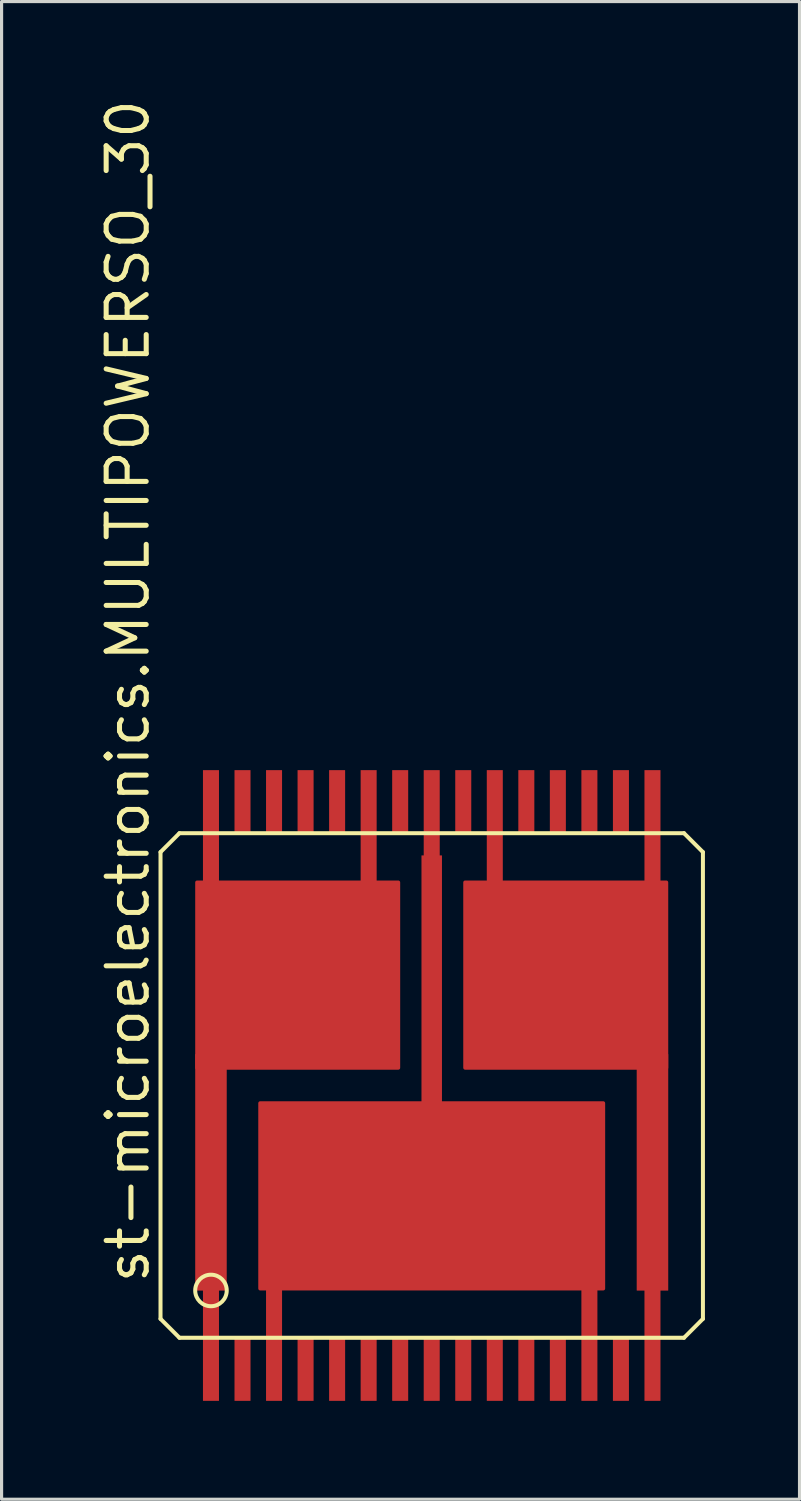
<source format=kicad_pcb>
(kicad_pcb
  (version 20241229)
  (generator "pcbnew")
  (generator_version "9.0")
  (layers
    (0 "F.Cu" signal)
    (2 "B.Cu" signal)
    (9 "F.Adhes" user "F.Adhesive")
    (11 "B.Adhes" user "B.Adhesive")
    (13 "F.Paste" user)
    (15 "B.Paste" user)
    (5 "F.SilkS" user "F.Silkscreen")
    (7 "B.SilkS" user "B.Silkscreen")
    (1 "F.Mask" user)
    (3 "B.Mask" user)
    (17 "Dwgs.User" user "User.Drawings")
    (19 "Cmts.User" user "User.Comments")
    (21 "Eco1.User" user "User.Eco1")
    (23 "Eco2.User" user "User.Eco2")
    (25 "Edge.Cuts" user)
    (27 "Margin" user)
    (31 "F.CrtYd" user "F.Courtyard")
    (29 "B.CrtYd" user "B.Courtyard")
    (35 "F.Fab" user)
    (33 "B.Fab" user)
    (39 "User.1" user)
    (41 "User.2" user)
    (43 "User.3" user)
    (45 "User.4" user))
  (footprint "st-microelectronics.MULTIPOWERSO_30"
    (layer "F.Cu")
    (at 10.64 31.371)
    (property "Reference" "st-microelectronics.MULTIPOWERSO_30" (at -8.89 6.35 90) (layer "F.SilkS") (effects (font (size 1.27 1.27) (thickness 0.16)) (justify left bottom)))
    (attr smd)
    (fp_rect (start -7.35 -7.895) (end -6.65 -10.095) (stroke (width 0.05) (type default)) (fill yes) (layer "F.Mask"))
    (fp_rect (start -7.35 10.095) (end -6.65 7.895) (stroke (width 0.05) (type default)) (fill yes) (layer "F.Mask"))
    (fp_rect (start -5.35 10.095) (end -4.65 7.895) (stroke (width 0.05) (type default)) (fill yes) (layer "F.Mask"))
    (fp_rect (start -2.35 -7.895) (end -1.65 -10.095) (stroke (width 0.05) (type default)) (fill yes) (layer "F.Mask"))
    (fp_rect (start -0.35 -7.895) (end 0.35 -10.095) (stroke (width 0.05) (type default)) (fill yes) (layer "F.Mask"))
    (fp_rect (start 1.65 -7.895) (end 2.35 -10.095) (stroke (width 0.05) (type default)) (fill yes) (layer "F.Mask"))
    (fp_rect (start 4.65 10.095) (end 5.35 7.895) (stroke (width 0.05) (type default)) (fill yes) (layer "F.Mask"))
    (fp_rect (start 6.65 -7.895) (end 7.35 -10.095) (stroke (width 0.05) (type default)) (fill yes) (layer "F.Mask"))
    (fp_rect (start 6.65 10.095) (end 7.35 7.895) (stroke (width 0.05) (type default)) (fill yes) (layer "F.Mask"))
    (fp_circle (center -6 -5.5) (end -5.6 -5.5) (stroke (width 0.1) (type default)) (fill no) (layer "F.Mask"))
    (fp_circle (center -6 -3.5) (end -5.6 -3.5) (stroke (width 0.1) (type default)) (fill no) (layer "F.Mask"))
    (fp_circle (center -6 -1.5) (end -5.6 -1.5) (stroke (width 0.1) (type default)) (fill no) (layer "F.Mask"))
    (fp_circle (center -4 -5.5) (end -3.6 -5.5) (stroke (width 0.1) (type default)) (fill no) (layer "F.Mask"))
    (fp_circle (center -4 -3.5) (end -3.6 -3.5) (stroke (width 0.1) (type default)) (fill no) (layer "F.Mask"))
    (fp_circle (center -4 -1.5) (end -3.6 -1.5) (stroke (width 0.1) (type default)) (fill no) (layer "F.Mask"))
    (fp_circle (center -4 1.5) (end -3.6 1.5) (stroke (width 0.1) (type default)) (fill no) (layer "F.Mask"))
    (fp_circle (center -4 3.5) (end -3.6 3.5) (stroke (width 0.1) (type default)) (fill no) (layer "F.Mask"))
    (fp_circle (center -4 5.5) (end -3.6 5.5) (stroke (width 0.1) (type default)) (fill no) (layer "F.Mask"))
    (fp_circle (center -2 -5.5) (end -1.6 -5.5) (stroke (width 0.1) (type default)) (fill no) (layer "F.Mask"))
    (fp_circle (center -2 -3.5) (end -1.6 -3.5) (stroke (width 0.1) (type default)) (fill no) (layer "F.Mask"))
    (fp_circle (center -2 -1.5) (end -1.6 -1.5) (stroke (width 0.1) (type default)) (fill no) (layer "F.Mask"))
    (fp_circle (center -2 1.5) (end -1.6 1.5) (stroke (width 0.1) (type default)) (fill no) (layer "F.Mask"))
    (fp_circle (center -2 3.5) (end -1.6 3.5) (stroke (width 0.1) (type default)) (fill no) (layer "F.Mask"))
    (fp_circle (center -2 5.5) (end -1.6 5.5) (stroke (width 0.1) (type default)) (fill no) (layer "F.Mask"))
    (fp_circle (center 0 1.5) (end 0.4 1.5) (stroke (width 0.1) (type default)) (fill no) (layer "F.Mask"))
    (fp_circle (center 0 3.5) (end 0.4 3.5) (stroke (width 0.1) (type default)) (fill no) (layer "F.Mask"))
    (fp_circle (center 0 5.5) (end 0.4 5.5) (stroke (width 0.1) (type default)) (fill no) (layer "F.Mask"))
    (fp_circle (center 2 -5.5) (end 2.4 -5.5) (stroke (width 0.1) (type default)) (fill no) (layer "F.Mask"))
    (fp_circle (center 2 -3.5) (end 2.4 -3.5) (stroke (width 0.1) (type default)) (fill no) (layer "F.Mask"))
    (fp_circle (center 2 -1.5) (end 2.4 -1.5) (stroke (width 0.1) (type default)) (fill no) (layer "F.Mask"))
    (fp_circle (center 2 1.5) (end 2.4 1.5) (stroke (width 0.1) (type default)) (fill no) (layer "F.Mask"))
    (fp_circle (center 2 3.5) (end 2.4 3.5) (stroke (width 0.1) (type default)) (fill no) (layer "F.Mask"))
    (fp_circle (center 2 5.5) (end 2.4 5.5) (stroke (width 0.1) (type default)) (fill no) (layer "F.Mask"))
    (fp_circle (center 4 -5.5) (end 4.4 -5.5) (stroke (width 0.1) (type default)) (fill no) (layer "F.Mask"))
    (fp_circle (center 4 -3.5) (end 4.4 -3.5) (stroke (width 0.1) (type default)) (fill no) (layer "F.Mask"))
    (fp_circle (center 4 -1.5) (end 4.4 -1.5) (stroke (width 0.1) (type default)) (fill no) (layer "F.Mask"))
    (fp_circle (center 4 1.5) (end 4.4 1.5) (stroke (width 0.1) (type default)) (fill no) (layer "F.Mask"))
    (fp_circle (center 4 3.5) (end 4.4 3.5) (stroke (width 0.1) (type default)) (fill no) (layer "F.Mask"))
    (fp_circle (center 4 5.5) (end 4.4 5.5) (stroke (width 0.1) (type default)) (fill no) (layer "F.Mask"))
    (fp_circle (center 6 -5.5) (end 6.4 -5.5) (stroke (width 0.1) (type default)) (fill no) (layer "F.Mask"))
    (fp_circle (center 6 -3.5) (end 6.4 -3.5) (stroke (width 0.1) (type default)) (fill no) (layer "F.Mask"))
    (fp_circle (center 6 -1.5) (end 6.4 -1.5) (stroke (width 0.1) (type default)) (fill no) (layer "F.Mask"))
    (fp_line (start -8.6 -7.4) (end -8 -8) (stroke (width 0.127) (type default)) (layer "F.SilkS"))
    (fp_line (start -8.6 7.4) (end -8.6 -7.4) (stroke (width 0.127) (type default)) (layer "F.SilkS"))
    (fp_line (start -8 -8) (end 8 -8) (stroke (width 0.127) (type default)) (layer "F.SilkS"))
    (fp_line (start -8 8) (end -8.6 7.4) (stroke (width 0.127) (type default)) (layer "F.SilkS"))
    (fp_line (start 8 -8) (end 8.6 -7.4) (stroke (width 0.127) (type default)) (layer "F.SilkS"))
    (fp_line (start 8 8) (end -8 8) (stroke (width 0.127) (type default)) (layer "F.SilkS"))
    (fp_line (start 8.6 -7.4) (end 8.6 7.4) (stroke (width 0.127) (type default)) (layer "F.SilkS"))
    (fp_line (start 8.6 7.4) (end 8 8) (stroke (width 0.127) (type default)) (layer "F.SilkS"))
    (fp_circle (center -7 6.5) (end -6.5 6.5) (stroke (width 0.127) (type default)) (fill no) (layer "F.SilkS"))
    (fp_rect (start -7.25 -7.995) (end -6.75 -9.995) (stroke (width 0.05) (type default)) (fill yes) (layer "F.Paste"))
    (fp_rect (start -7.25 9.995) (end -6.75 7.995) (stroke (width 0.05) (type default)) (fill yes) (layer "F.Paste"))
    (fp_rect (start -5.25 9.995) (end -4.75 7.995) (stroke (width 0.05) (type default)) (fill yes) (layer "F.Paste"))
    (fp_rect (start -2.25 -7.995) (end -1.75 -9.995) (stroke (width 0.05) (type default)) (fill yes) (layer "F.Paste"))
    (fp_rect (start -0.25 -7.995) (end 0.25 -9.995) (stroke (width 0.05) (type default)) (fill yes) (layer "F.Paste"))
    (fp_rect (start 1.75 -7.995) (end 2.25 -9.995) (stroke (width 0.05) (type default)) (fill yes) (layer "F.Paste"))
    (fp_rect (start 4.75 9.995) (end 5.25 7.995) (stroke (width 0.05) (type default)) (fill yes) (layer "F.Paste"))
    (fp_rect (start 6.75 -7.995) (end 7.25 -9.995) (stroke (width 0.05) (type default)) (fill yes) (layer "F.Paste"))
    (fp_rect (start 6.75 9.995) (end 7.25 7.995) (stroke (width 0.05) (type default)) (fill yes) (layer "F.Paste"))
    (fp_circle (center -6 -5.5) (end -5.7 -5.5) (stroke (width 0.1) (type default)) (fill no) (layer "F.Paste"))
    (fp_circle (center -6 -3.5) (end -5.7 -3.5) (stroke (width 0.1) (type default)) (fill no) (layer "F.Paste"))
    (fp_circle (center -6 -1.5) (end -5.7 -1.5) (stroke (width 0.1) (type default)) (fill no) (layer "F.Paste"))
    (fp_circle (center -4 -5.5) (end -3.7 -5.5) (stroke (width 0.1) (type default)) (fill no) (layer "F.Paste"))
    (fp_circle (center -4 -3.5) (end -3.7 -3.5) (stroke (width 0.1) (type default)) (fill no) (layer "F.Paste"))
    (fp_circle (center -4 -1.5) (end -3.7 -1.5) (stroke (width 0.1) (type default)) (fill no) (layer "F.Paste"))
    (fp_circle (center -4 1.5) (end -3.7 1.5) (stroke (width 0.1) (type default)) (fill no) (layer "F.Paste"))
    (fp_circle (center -4 3.5) (end -3.7 3.5) (stroke (width 0.1) (type default)) (fill no) (layer "F.Paste"))
    (fp_circle (center -4 5.5) (end -3.7 5.5) (stroke (width 0.1) (type default)) (fill no) (layer "F.Paste"))
    (fp_circle (center -2 -5.5) (end -1.7 -5.5) (stroke (width 0.1) (type default)) (fill no) (layer "F.Paste"))
    (fp_circle (center -2 -3.5) (end -1.7 -3.5) (stroke (width 0.1) (type default)) (fill no) (layer "F.Paste"))
    (fp_circle (center -2 -1.5) (end -1.7 -1.5) (stroke (width 0.1) (type default)) (fill no) (layer "F.Paste"))
    (fp_circle (center -2 1.5) (end -1.7 1.5) (stroke (width 0.1) (type default)) (fill no) (layer "F.Paste"))
    (fp_circle (center -2 3.5) (end -1.7 3.5) (stroke (width 0.1) (type default)) (fill no) (layer "F.Paste"))
    (fp_circle (center -2 5.5) (end -1.7 5.5) (stroke (width 0.1) (type default)) (fill no) (layer "F.Paste"))
    (fp_circle (center 0 1.5) (end 0.3 1.5) (stroke (width 0.1) (type default)) (fill no) (layer "F.Paste"))
    (fp_circle (center 0 3.5) (end 0.3 3.5) (stroke (width 0.1) (type default)) (fill no) (layer "F.Paste"))
    (fp_circle (center 0 5.5) (end 0.3 5.5) (stroke (width 0.1) (type default)) (fill no) (layer "F.Paste"))
    (fp_circle (center 2 -5.5) (end 2.3 -5.5) (stroke (width 0.1) (type default)) (fill no) (layer "F.Paste"))
    (fp_circle (center 2 -3.5) (end 2.3 -3.5) (stroke (width 0.1) (type default)) (fill no) (layer "F.Paste"))
    (fp_circle (center 2 -1.5) (end 2.3 -1.5) (stroke (width 0.1) (type default)) (fill no) (layer "F.Paste"))
    (fp_circle (center 2 1.5) (end 2.3 1.5) (stroke (width 0.1) (type default)) (fill no) (layer "F.Paste"))
    (fp_circle (center 2 3.5) (end 2.3 3.5) (stroke (width 0.1) (type default)) (fill no) (layer "F.Paste"))
    (fp_circle (center 2 5.5) (end 2.3 5.5) (stroke (width 0.1) (type default)) (fill no) (layer "F.Paste"))
    (fp_circle (center 4 -5.5) (end 4.3 -5.5) (stroke (width 0.1) (type default)) (fill no) (layer "F.Paste"))
    (fp_circle (center 4 -3.5) (end 4.3 -3.5) (stroke (width 0.1) (type default)) (fill no) (layer "F.Paste"))
    (fp_circle (center 4 -1.5) (end 4.3 -1.5) (stroke (width 0.1) (type default)) (fill no) (layer "F.Paste"))
    (fp_circle (center 4 1.5) (end 4.3 1.5) (stroke (width 0.1) (type default)) (fill no) (layer "F.Paste"))
    (fp_circle (center 4 3.5) (end 4.3 3.5) (stroke (width 0.1) (type default)) (fill no) (layer "F.Paste"))
    (fp_circle (center 4 5.5) (end 4.3 5.5) (stroke (width 0.1) (type default)) (fill no) (layer "F.Paste"))
    (fp_circle (center 6 -5.5) (end 6.3 -5.5) (stroke (width 0.1) (type default)) (fill no) (layer "F.Paste"))
    (fp_circle (center 6 -3.5) (end 6.3 -3.5) (stroke (width 0.1) (type default)) (fill no) (layer "F.Paste"))
    (fp_circle (center 6 -1.5) (end 6.3 -1.5) (stroke (width 0.1) (type default)) (fill no) (layer "F.Paste"))
    (pad "1" smd roundrect (at -7 4 90) (size 12 0.508) (layers "F.Cu" "F.Mask" "F.Paste") (roundrect_rratio 0.01))
    (pad "2" smd roundrect (at -6 9 90) (size 2 0.508) (layers "F.Cu" "F.Mask" "F.Paste") (roundrect_rratio 0.01))
    (pad "3" smd roundrect (at -5 8 90) (size 4 0.508) (layers "F.Cu" "F.Mask" "F.Paste") (roundrect_rratio 0.01))
    (pad "4" smd roundrect (at -4 9 90) (size 2 0.508) (layers "F.Cu" "F.Mask" "F.Paste") (roundrect_rratio 0.01))
    (pad "5" smd roundrect (at -3 9 90) (size 2 0.508) (layers "F.Cu" "F.Mask" "F.Paste") (roundrect_rratio 0.01))
    (pad "6" smd roundrect (at -2 9 90) (size 2 0.508) (layers "F.Cu" "F.Mask" "F.Paste") (roundrect_rratio 0.01))
    (pad "7" smd roundrect (at -1 9 90) (size 2 0.508) (layers "F.Cu" "F.Mask" "F.Paste") (roundrect_rratio 0.01))
    (pad "8" smd roundrect (at 0 9 90) (size 2 0.508) (layers "F.Cu" "F.Mask" "F.Paste") (roundrect_rratio 0.01))
    (pad "9" smd roundrect (at 1 9 90) (size 2 0.508) (layers "F.Cu" "F.Mask" "F.Paste") (roundrect_rratio 0.01))
    (pad "10" smd roundrect (at 2 9 90) (size 2 0.508) (layers "F.Cu" "F.Mask" "F.Paste") (roundrect_rratio 0.01))
    (pad "11" smd roundrect (at 3 9 90) (size 2 0.508) (layers "F.Cu" "F.Mask" "F.Paste") (roundrect_rratio 0.01))
    (pad "12" smd roundrect (at 4 9 90) (size 2 0.508) (layers "F.Cu" "F.Mask" "F.Paste") (roundrect_rratio 0.01))
    (pad "13" smd roundrect (at 5 8 90) (size 4 0.508) (layers "F.Cu" "F.Mask" "F.Paste") (roundrect_rratio 0.01))
    (pad "14" smd roundrect (at 6 9 90) (size 2 0.508) (layers "F.Cu" "F.Mask" "F.Paste") (roundrect_rratio 0.01))
    (pad "15" smd roundrect (at 7 4 90) (size 12 0.508) (layers "F.Cu" "F.Mask" "F.Paste") (roundrect_rratio 0.01))
    (pad "16" smd roundrect (at 7 -4 90) (size 12 0.508) (layers "F.Cu" "F.Mask" "F.Paste") (roundrect_rratio 0.01))
    (pad "17" smd roundrect (at 6 -9 90) (size 2 0.508) (layers "F.Cu" "F.Mask" "F.Paste") (roundrect_rratio 0.01))
    (pad "18" smd roundrect (at 5 -9 90) (size 2 0.508) (layers "F.Cu" "F.Mask" "F.Paste") (roundrect_rratio 0.01))
    (pad "19" smd roundrect (at 4 -9 90) (size 2 0.508) (layers "F.Cu" "F.Mask" "F.Paste") (roundrect_rratio 0.01))
    (pad "20" smd roundrect (at 3 -9 90) (size 2 0.508) (layers "F.Cu" "F.Mask" "F.Paste") (roundrect_rratio 0.01))
    (pad "21" smd roundrect (at 2 -8 90) (size 4 0.508) (layers "F.Cu" "F.Mask" "F.Paste") (roundrect_rratio 0.01))
    (pad "22" smd roundrect (at 1 -9 90) (size 2 0.508) (layers "F.Cu" "F.Mask" "F.Paste") (roundrect_rratio 0.01))
    (pad "23" smd roundrect (at 0 -8 90) (size 4 0.508) (layers "F.Cu" "F.Mask" "F.Paste") (roundrect_rratio 0.01))
    (pad "24" smd roundrect (at -1 -9 90) (size 2 0.508) (layers "F.Cu" "F.Mask" "F.Paste") (roundrect_rratio 0.01))
    (pad "25" smd roundrect (at -2 -8 90) (size 4 0.508) (layers "F.Cu" "F.Mask" "F.Paste") (roundrect_rratio 0.01))
    (pad "26" smd roundrect (at -3 -9 90) (size 2 0.508) (layers "F.Cu" "F.Mask" "F.Paste") (roundrect_rratio 0.01))
    (pad "27" smd roundrect (at -4 -9 90) (size 2 0.508) (layers "F.Cu" "F.Mask" "F.Paste") (roundrect_rratio 0.01))
    (pad "28" smd roundrect (at -5 -9 90) (size 2 0.508) (layers "F.Cu" "F.Mask" "F.Paste") (roundrect_rratio 0.01))
    (pad "29" smd roundrect (at -6 -9 90) (size 2 0.508) (layers "F.Cu" "F.Mask" "F.Paste") (roundrect_rratio 0.01))
    (pad "30" smd roundrect (at -7 -4 90) (size 12 0.508) (layers "F.Cu" "F.Mask" "F.Paste") (roundrect_rratio 0.01))
    (pad "OUTA" smd roundrect (at -4.25 -3.5 180) (size 6.5 6) (layers "F.Cu" "F.Mask" "F.Paste") (roundrect_rratio 0.01))
    (pad "OUTA@1" smd roundrect (at -7 2.755 180) (size 1 7.5) (layers "F.Cu" "F.Mask" "F.Paste") (roundrect_rratio 0.01))
    (pad "OUTB" smd roundrect (at 4.25 -3.5 180) (size 6.5 6) (layers "F.Cu" "F.Mask" "F.Paste") (roundrect_rratio 0.01))
    (pad "OUTB@1" smd roundrect (at 7 2.755 180) (size 1 7.5) (layers "F.Cu" "F.Mask" "F.Paste") (roundrect_rratio 0.01))
    (pad "VCC" smd roundrect (at 0 3.5 90) (size 6 11) (layers "F.Cu" "F.Mask" "F.Paste") (roundrect_rratio 0.01))
    (pad "VCC@1" smd roundrect (at 0 -3.145 180) (size 0.65 8.3) (layers "F.Cu" "F.Mask" "F.Paste") (roundrect_rratio 0.01)))
  (gr_rect
    (start -3 -3)
    (end 22.303 44.491)
    (stroke (width 0.1) (type default))
    (fill no)
    (layer "Edge.Cuts")))
</source>
